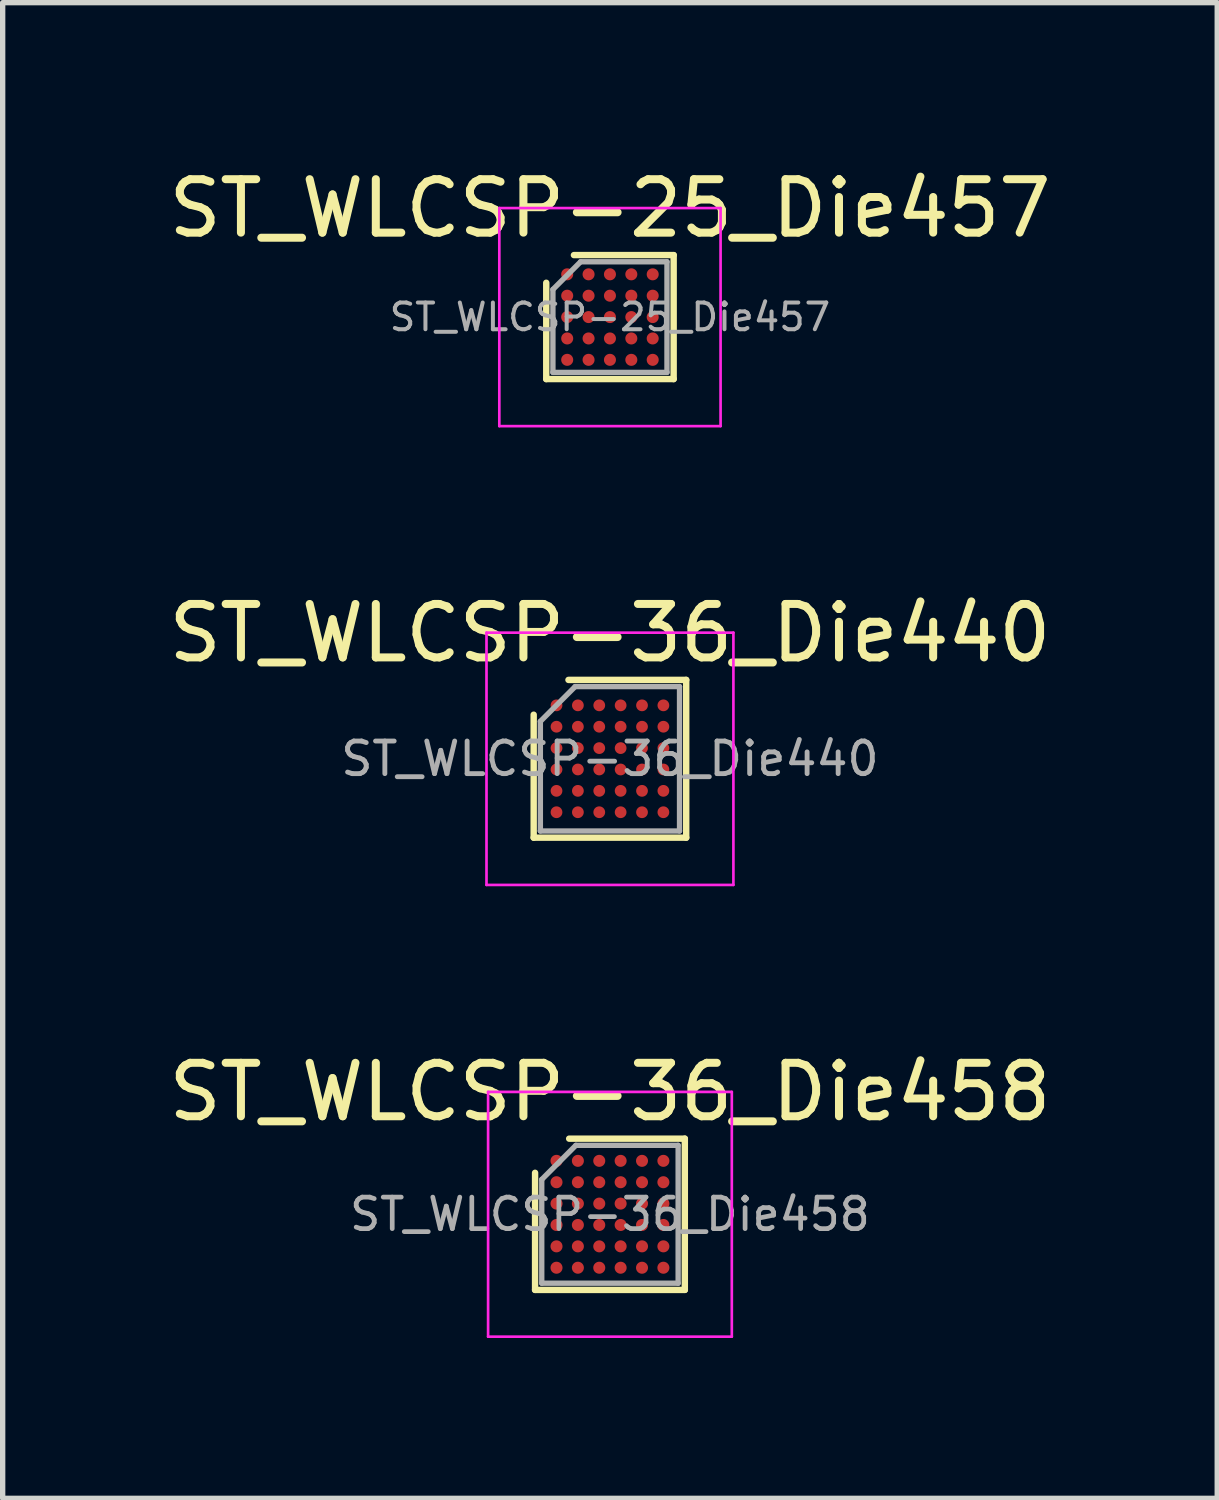
<source format=kicad_pcb>
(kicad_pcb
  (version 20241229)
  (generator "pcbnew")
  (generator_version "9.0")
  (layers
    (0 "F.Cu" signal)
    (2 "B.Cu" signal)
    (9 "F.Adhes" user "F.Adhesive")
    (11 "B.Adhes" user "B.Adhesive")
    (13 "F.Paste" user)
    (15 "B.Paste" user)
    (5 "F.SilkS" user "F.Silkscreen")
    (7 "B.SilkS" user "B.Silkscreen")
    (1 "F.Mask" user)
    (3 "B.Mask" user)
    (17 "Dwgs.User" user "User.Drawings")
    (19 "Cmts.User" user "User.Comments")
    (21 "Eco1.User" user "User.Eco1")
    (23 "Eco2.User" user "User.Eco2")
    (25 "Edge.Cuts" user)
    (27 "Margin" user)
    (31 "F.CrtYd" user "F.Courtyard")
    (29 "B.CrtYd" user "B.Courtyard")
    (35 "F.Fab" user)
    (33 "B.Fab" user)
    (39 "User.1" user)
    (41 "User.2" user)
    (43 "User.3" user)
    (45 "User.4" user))
  (footprint "ST_WLCSP-25_Die457"
    (layer "F.Cu")
    (at 8.363 2.883)
    (property "Reference" "ST_WLCSP-25_Die457" (at 0 -2.035 0) (layer "F.SilkS") (effects (font (size 1 1) (thickness 0.15))))
    (attr smd)
    (fp_line (start -1.192 1.16) (end -1.192 -0.642) (stroke (width 0.12) (type solid)) (layer "F.SilkS"))
    (fp_line (start -0.674 -1.16) (end 1.192 -1.16) (stroke (width 0.12) (type solid)) (layer "F.SilkS"))
    (fp_line (start 1.192 -1.16) (end 1.192 1.16) (stroke (width 0.12) (type solid)) (layer "F.SilkS"))
    (fp_line (start 1.192 1.16) (end -1.192 1.16) (stroke (width 0.12) (type solid)) (layer "F.SilkS"))
    (fp_line (start -2.07 -2.04) (end -2.07 2.04) (stroke (width 0.05) (type solid)) (layer "F.CrtYd"))
    (fp_line (start -2.07 2.04) (end 2.07 2.04) (stroke (width 0.05) (type solid)) (layer "F.CrtYd"))
    (fp_line (start 2.07 -2.04) (end -2.07 -2.04) (stroke (width 0.05) (type solid)) (layer "F.CrtYd"))
    (fp_line (start 2.07 2.04) (end 2.07 -2.04) (stroke (width 0.05) (type solid)) (layer "F.CrtYd"))
    (fp_line (start -1.067 -0.517) (end -0.549 -1.035) (stroke (width 0.1) (type solid)) (layer "F.Fab"))
    (fp_line (start -1.067 1.035) (end -1.067 -0.517) (stroke (width 0.1) (type solid)) (layer "F.Fab"))
    (fp_line (start -0.549 -1.035) (end 1.067 -1.035) (stroke (width 0.1) (type solid)) (layer "F.Fab"))
    (fp_line (start 1.067 -1.035) (end 1.067 1.035) (stroke (width 0.1) (type solid)) (layer "F.Fab"))
    (fp_line (start 1.067 1.035) (end -1.067 1.035) (stroke (width 0.1) (type solid)) (layer "F.Fab"))
    (fp_text user "${REFERENCE}" (at 0 0 0) (layer "F.Fab") (effects (font (size 0.5 0.5) (thickness 0.075))))
    (pad "A1" smd circle (at -0.8 -0.8) (size 0.225 0.225) (layers "F.Cu" "F.Mask" "F.Paste"))
    (pad "A2" smd circle (at -0.4 -0.8) (size 0.225 0.225) (layers "F.Cu" "F.Mask" "F.Paste"))
    (pad "A3" smd circle (at 0 -0.8) (size 0.225 0.225) (layers "F.Cu" "F.Mask" "F.Paste"))
    (pad "A4" smd circle (at 0.4 -0.8) (size 0.225 0.225) (layers "F.Cu" "F.Mask" "F.Paste"))
    (pad "A5" smd circle (at 0.8 -0.8) (size 0.225 0.225) (layers "F.Cu" "F.Mask" "F.Paste"))
    (pad "B1" smd circle (at -0.8 -0.4) (size 0.225 0.225) (layers "F.Cu" "F.Mask" "F.Paste"))
    (pad "B2" smd circle (at -0.4 -0.4) (size 0.225 0.225) (layers "F.Cu" "F.Mask" "F.Paste"))
    (pad "B3" smd circle (at 0 -0.4) (size 0.225 0.225) (layers "F.Cu" "F.Mask" "F.Paste"))
    (pad "B4" smd circle (at 0.4 -0.4) (size 0.225 0.225) (layers "F.Cu" "F.Mask" "F.Paste"))
    (pad "B5" smd circle (at 0.8 -0.4) (size 0.225 0.225) (layers "F.Cu" "F.Mask" "F.Paste"))
    (pad "C1" smd circle (at -0.8 0) (size 0.225 0.225) (layers "F.Cu" "F.Mask" "F.Paste"))
    (pad "C2" smd circle (at -0.4 0) (size 0.225 0.225) (layers "F.Cu" "F.Mask" "F.Paste"))
    (pad "C3" smd circle (at 0 0) (size 0.225 0.225) (layers "F.Cu" "F.Mask" "F.Paste"))
    (pad "C4" smd circle (at 0.4 0) (size 0.225 0.225) (layers "F.Cu" "F.Mask" "F.Paste"))
    (pad "C5" smd circle (at 0.8 0) (size 0.225 0.225) (layers "F.Cu" "F.Mask" "F.Paste"))
    (pad "D1" smd circle (at -0.8 0.4) (size 0.225 0.225) (layers "F.Cu" "F.Mask" "F.Paste"))
    (pad "D2" smd circle (at -0.4 0.4) (size 0.225 0.225) (layers "F.Cu" "F.Mask" "F.Paste"))
    (pad "D3" smd circle (at 0 0.4) (size 0.225 0.225) (layers "F.Cu" "F.Mask" "F.Paste"))
    (pad "D4" smd circle (at 0.4 0.4) (size 0.225 0.225) (layers "F.Cu" "F.Mask" "F.Paste"))
    (pad "D5" smd circle (at 0.8 0.4) (size 0.225 0.225) (layers "F.Cu" "F.Mask" "F.Paste"))
    (pad "E1" smd circle (at -0.8 0.8) (size 0.225 0.225) (layers "F.Cu" "F.Mask" "F.Paste"))
    (pad "E2" smd circle (at -0.4 0.8) (size 0.225 0.225) (layers "F.Cu" "F.Mask" "F.Paste"))
    (pad "E3" smd circle (at 0 0.8) (size 0.225 0.225) (layers "F.Cu" "F.Mask" "F.Paste"))
    (pad "E4" smd circle (at 0.4 0.8) (size 0.225 0.225) (layers "F.Cu" "F.Mask" "F.Paste"))
    (pad "E5" smd circle (at 0.8 0.8) (size 0.225 0.225) (layers "F.Cu" "F.Mask" "F.Paste")))
  (footprint "ST_WLCSP-36_Die458"
    (layer "F.Cu")
    (at 8.363 19.671)
    (property "Reference" "ST_WLCSP-36_Die458" (at 0 -2.289 0) (layer "F.SilkS") (effects (font (size 1 1) (thickness 0.15))))
    (attr smd)
    (fp_line (start -1.401 1.415) (end -1.401 -0.776) (stroke (width 0.12) (type solid)) (layer "F.SilkS"))
    (fp_line (start -0.763 -1.415) (end 1.401 -1.415) (stroke (width 0.12) (type solid)) (layer "F.SilkS"))
    (fp_line (start 1.401 -1.415) (end 1.401 1.415) (stroke (width 0.12) (type solid)) (layer "F.SilkS"))
    (fp_line (start 1.401 1.415) (end -1.401 1.415) (stroke (width 0.12) (type solid)) (layer "F.SilkS"))
    (fp_line (start -2.28 -2.29) (end -2.28 2.29) (stroke (width 0.05) (type solid)) (layer "F.CrtYd"))
    (fp_line (start -2.28 2.29) (end 2.28 2.29) (stroke (width 0.05) (type solid)) (layer "F.CrtYd"))
    (fp_line (start 2.28 -2.29) (end -2.28 -2.29) (stroke (width 0.05) (type solid)) (layer "F.CrtYd"))
    (fp_line (start 2.28 2.29) (end 2.28 -2.29) (stroke (width 0.05) (type solid)) (layer "F.CrtYd"))
    (fp_line (start -1.276 -0.651) (end -0.638 -1.29) (stroke (width 0.1) (type solid)) (layer "F.Fab"))
    (fp_line (start -1.276 1.29) (end -1.276 -0.651) (stroke (width 0.1) (type solid)) (layer "F.Fab"))
    (fp_line (start -0.638 -1.29) (end 1.276 -1.29) (stroke (width 0.1) (type solid)) (layer "F.Fab"))
    (fp_line (start 1.276 -1.29) (end 1.276 1.29) (stroke (width 0.1) (type solid)) (layer "F.Fab"))
    (fp_line (start 1.276 1.29) (end -1.276 1.29) (stroke (width 0.1) (type solid)) (layer "F.Fab"))
    (fp_text user "${REFERENCE}" (at 0 0 0) (layer "F.Fab") (effects (font (size 0.59 0.59) (thickness 0.088))))
    (pad "A1" smd circle (at -1 -1) (size 0.225 0.225) (layers "F.Cu" "F.Mask" "F.Paste"))
    (pad "A2" smd circle (at -0.6 -1) (size 0.225 0.225) (layers "F.Cu" "F.Mask" "F.Paste"))
    (pad "A3" smd circle (at -0.2 -1) (size 0.225 0.225) (layers "F.Cu" "F.Mask" "F.Paste"))
    (pad "A4" smd circle (at 0.2 -1) (size 0.225 0.225) (layers "F.Cu" "F.Mask" "F.Paste"))
    (pad "A5" smd circle (at 0.6 -1) (size 0.225 0.225) (layers "F.Cu" "F.Mask" "F.Paste"))
    (pad "A6" smd circle (at 1 -1) (size 0.225 0.225) (layers "F.Cu" "F.Mask" "F.Paste"))
    (pad "B1" smd circle (at -1 -0.6) (size 0.225 0.225) (layers "F.Cu" "F.Mask" "F.Paste"))
    (pad "B2" smd circle (at -0.6 -0.6) (size 0.225 0.225) (layers "F.Cu" "F.Mask" "F.Paste"))
    (pad "B3" smd circle (at -0.2 -0.6) (size 0.225 0.225) (layers "F.Cu" "F.Mask" "F.Paste"))
    (pad "B4" smd circle (at 0.2 -0.6) (size 0.225 0.225) (layers "F.Cu" "F.Mask" "F.Paste"))
    (pad "B5" smd circle (at 0.6 -0.6) (size 0.225 0.225) (layers "F.Cu" "F.Mask" "F.Paste"))
    (pad "B6" smd circle (at 1 -0.6) (size 0.225 0.225) (layers "F.Cu" "F.Mask" "F.Paste"))
    (pad "C1" smd circle (at -1 -0.2) (size 0.225 0.225) (layers "F.Cu" "F.Mask" "F.Paste"))
    (pad "C2" smd circle (at -0.6 -0.2) (size 0.225 0.225) (layers "F.Cu" "F.Mask" "F.Paste"))
    (pad "C3" smd circle (at -0.2 -0.2) (size 0.225 0.225) (layers "F.Cu" "F.Mask" "F.Paste"))
    (pad "C4" smd circle (at 0.2 -0.2) (size 0.225 0.225) (layers "F.Cu" "F.Mask" "F.Paste"))
    (pad "C5" smd circle (at 0.6 -0.2) (size 0.225 0.225) (layers "F.Cu" "F.Mask" "F.Paste"))
    (pad "C6" smd circle (at 1 -0.2) (size 0.225 0.225) (layers "F.Cu" "F.Mask" "F.Paste"))
    (pad "D1" smd circle (at -1 0.2) (size 0.225 0.225) (layers "F.Cu" "F.Mask" "F.Paste"))
    (pad "D2" smd circle (at -0.6 0.2) (size 0.225 0.225) (layers "F.Cu" "F.Mask" "F.Paste"))
    (pad "D3" smd circle (at -0.2 0.2) (size 0.225 0.225) (layers "F.Cu" "F.Mask" "F.Paste"))
    (pad "D4" smd circle (at 0.2 0.2) (size 0.225 0.225) (layers "F.Cu" "F.Mask" "F.Paste"))
    (pad "D5" smd circle (at 0.6 0.2) (size 0.225 0.225) (layers "F.Cu" "F.Mask" "F.Paste"))
    (pad "D6" smd circle (at 1 0.2) (size 0.225 0.225) (layers "F.Cu" "F.Mask" "F.Paste"))
    (pad "E1" smd circle (at -1 0.6) (size 0.225 0.225) (layers "F.Cu" "F.Mask" "F.Paste"))
    (pad "E2" smd circle (at -0.6 0.6) (size 0.225 0.225) (layers "F.Cu" "F.Mask" "F.Paste"))
    (pad "E3" smd circle (at -0.2 0.6) (size 0.225 0.225) (layers "F.Cu" "F.Mask" "F.Paste"))
    (pad "E4" smd circle (at 0.2 0.6) (size 0.225 0.225) (layers "F.Cu" "F.Mask" "F.Paste"))
    (pad "E5" smd circle (at 0.6 0.6) (size 0.225 0.225) (layers "F.Cu" "F.Mask" "F.Paste"))
    (pad "E6" smd circle (at 1 0.6) (size 0.225 0.225) (layers "F.Cu" "F.Mask" "F.Paste"))
    (pad "F1" smd circle (at -1 1) (size 0.225 0.225) (layers "F.Cu" "F.Mask" "F.Paste"))
    (pad "F2" smd circle (at -0.6 1) (size 0.225 0.225) (layers "F.Cu" "F.Mask" "F.Paste"))
    (pad "F3" smd circle (at -0.2 1) (size 0.225 0.225) (layers "F.Cu" "F.Mask" "F.Paste"))
    (pad "F4" smd circle (at 0.2 1) (size 0.225 0.225) (layers "F.Cu" "F.Mask" "F.Paste"))
    (pad "F5" smd circle (at 0.6 1) (size 0.225 0.225) (layers "F.Cu" "F.Mask" "F.Paste"))
    (pad "F6" smd circle (at 1 1) (size 0.225 0.225) (layers "F.Cu" "F.Mask" "F.Paste")))
  (footprint "ST_WLCSP-36_Die440"
    (layer "F.Cu")
    (at 8.363 11.148)
    (property "Reference" "ST_WLCSP-36_Die440" (at 0 -2.352 0) (layer "F.SilkS") (effects (font (size 1 1) (thickness 0.15))))
    (attr smd)
    (fp_line (start -1.427 1.476) (end -1.427 -0.825) (stroke (width 0.12) (type solid)) (layer "F.SilkS"))
    (fp_line (start -0.776 -1.476) (end 1.427 -1.476) (stroke (width 0.12) (type solid)) (layer "F.SilkS"))
    (fp_line (start 1.427 -1.476) (end 1.427 1.476) (stroke (width 0.12) (type solid)) (layer "F.SilkS"))
    (fp_line (start 1.427 1.476) (end -1.427 1.476) (stroke (width 0.12) (type solid)) (layer "F.SilkS"))
    (fp_line (start -2.31 -2.36) (end -2.31 2.36) (stroke (width 0.05) (type solid)) (layer "F.CrtYd"))
    (fp_line (start -2.31 2.36) (end 2.31 2.36) (stroke (width 0.05) (type solid)) (layer "F.CrtYd"))
    (fp_line (start 2.31 -2.36) (end -2.31 -2.36) (stroke (width 0.05) (type solid)) (layer "F.CrtYd"))
    (fp_line (start 2.31 2.36) (end 2.31 -2.36) (stroke (width 0.05) (type solid)) (layer "F.CrtYd"))
    (fp_line (start -1.302 -0.7) (end -0.651 -1.351) (stroke (width 0.1) (type solid)) (layer "F.Fab"))
    (fp_line (start -1.302 1.351) (end -1.302 -0.7) (stroke (width 0.1) (type solid)) (layer "F.Fab"))
    (fp_line (start -0.651 -1.351) (end 1.302 -1.351) (stroke (width 0.1) (type solid)) (layer "F.Fab"))
    (fp_line (start 1.302 -1.351) (end 1.302 1.351) (stroke (width 0.1) (type solid)) (layer "F.Fab"))
    (fp_line (start 1.302 1.351) (end -1.302 1.351) (stroke (width 0.1) (type solid)) (layer "F.Fab"))
    (fp_text user "${REFERENCE}" (at 0 0 0) (layer "F.Fab") (effects (font (size 0.61 0.61) (thickness 0.091))))
    (pad "A1" smd circle (at -1 -1) (size 0.22 0.22) (layers "F.Cu" "F.Mask" "F.Paste"))
    (pad "A2" smd circle (at -0.6 -1) (size 0.22 0.22) (layers "F.Cu" "F.Mask" "F.Paste"))
    (pad "A3" smd circle (at -0.2 -1) (size 0.22 0.22) (layers "F.Cu" "F.Mask" "F.Paste"))
    (pad "A4" smd circle (at 0.2 -1) (size 0.22 0.22) (layers "F.Cu" "F.Mask" "F.Paste"))
    (pad "A5" smd circle (at 0.6 -1) (size 0.22 0.22) (layers "F.Cu" "F.Mask" "F.Paste"))
    (pad "A6" smd circle (at 1 -1) (size 0.22 0.22) (layers "F.Cu" "F.Mask" "F.Paste"))
    (pad "B1" smd circle (at -1 -0.6) (size 0.22 0.22) (layers "F.Cu" "F.Mask" "F.Paste"))
    (pad "B2" smd circle (at -0.6 -0.6) (size 0.22 0.22) (layers "F.Cu" "F.Mask" "F.Paste"))
    (pad "B3" smd circle (at -0.2 -0.6) (size 0.22 0.22) (layers "F.Cu" "F.Mask" "F.Paste"))
    (pad "B4" smd circle (at 0.2 -0.6) (size 0.22 0.22) (layers "F.Cu" "F.Mask" "F.Paste"))
    (pad "B5" smd circle (at 0.6 -0.6) (size 0.22 0.22) (layers "F.Cu" "F.Mask" "F.Paste"))
    (pad "B6" smd circle (at 1 -0.6) (size 0.22 0.22) (layers "F.Cu" "F.Mask" "F.Paste"))
    (pad "C1" smd circle (at -1 -0.2) (size 0.22 0.22) (layers "F.Cu" "F.Mask" "F.Paste"))
    (pad "C2" smd circle (at -0.6 -0.2) (size 0.22 0.22) (layers "F.Cu" "F.Mask" "F.Paste"))
    (pad "C3" smd circle (at -0.2 -0.2) (size 0.22 0.22) (layers "F.Cu" "F.Mask" "F.Paste"))
    (pad "C4" smd circle (at 0.2 -0.2) (size 0.22 0.22) (layers "F.Cu" "F.Mask" "F.Paste"))
    (pad "C5" smd circle (at 0.6 -0.2) (size 0.22 0.22) (layers "F.Cu" "F.Mask" "F.Paste"))
    (pad "C6" smd circle (at 1 -0.2) (size 0.22 0.22) (layers "F.Cu" "F.Mask" "F.Paste"))
    (pad "D1" smd circle (at -1 0.2) (size 0.22 0.22) (layers "F.Cu" "F.Mask" "F.Paste"))
    (pad "D2" smd circle (at -0.6 0.2) (size 0.22 0.22) (layers "F.Cu" "F.Mask" "F.Paste"))
    (pad "D3" smd circle (at -0.2 0.2) (size 0.22 0.22) (layers "F.Cu" "F.Mask" "F.Paste"))
    (pad "D4" smd circle (at 0.2 0.2) (size 0.22 0.22) (layers "F.Cu" "F.Mask" "F.Paste"))
    (pad "D5" smd circle (at 0.6 0.2) (size 0.22 0.22) (layers "F.Cu" "F.Mask" "F.Paste"))
    (pad "D6" smd circle (at 1 0.2) (size 0.22 0.22) (layers "F.Cu" "F.Mask" "F.Paste"))
    (pad "E1" smd circle (at -1 0.6) (size 0.22 0.22) (layers "F.Cu" "F.Mask" "F.Paste"))
    (pad "E2" smd circle (at -0.6 0.6) (size 0.22 0.22) (layers "F.Cu" "F.Mask" "F.Paste"))
    (pad "E3" smd circle (at -0.2 0.6) (size 0.22 0.22) (layers "F.Cu" "F.Mask" "F.Paste"))
    (pad "E4" smd circle (at 0.2 0.6) (size 0.22 0.22) (layers "F.Cu" "F.Mask" "F.Paste"))
    (pad "E5" smd circle (at 0.6 0.6) (size 0.22 0.22) (layers "F.Cu" "F.Mask" "F.Paste"))
    (pad "E6" smd circle (at 1 0.6) (size 0.22 0.22) (layers "F.Cu" "F.Mask" "F.Paste"))
    (pad "F1" smd circle (at -1 1) (size 0.22 0.22) (layers "F.Cu" "F.Mask" "F.Paste"))
    (pad "F2" smd circle (at -0.6 1) (size 0.22 0.22) (layers "F.Cu" "F.Mask" "F.Paste"))
    (pad "F3" smd circle (at -0.2 1) (size 0.22 0.22) (layers "F.Cu" "F.Mask" "F.Paste"))
    (pad "F4" smd circle (at 0.2 1) (size 0.22 0.22) (layers "F.Cu" "F.Mask" "F.Paste"))
    (pad "F5" smd circle (at 0.6 1) (size 0.22 0.22) (layers "F.Cu" "F.Mask" "F.Paste"))
    (pad "F6" smd circle (at 1 1) (size 0.22 0.22) (layers "F.Cu" "F.Mask" "F.Paste")))
  (gr_rect
    (start -3 -3)
    (end 19.726 24.986)
    (stroke (width 0.1) (type default))
    (fill no)
    (layer "Edge.Cuts")))
</source>
